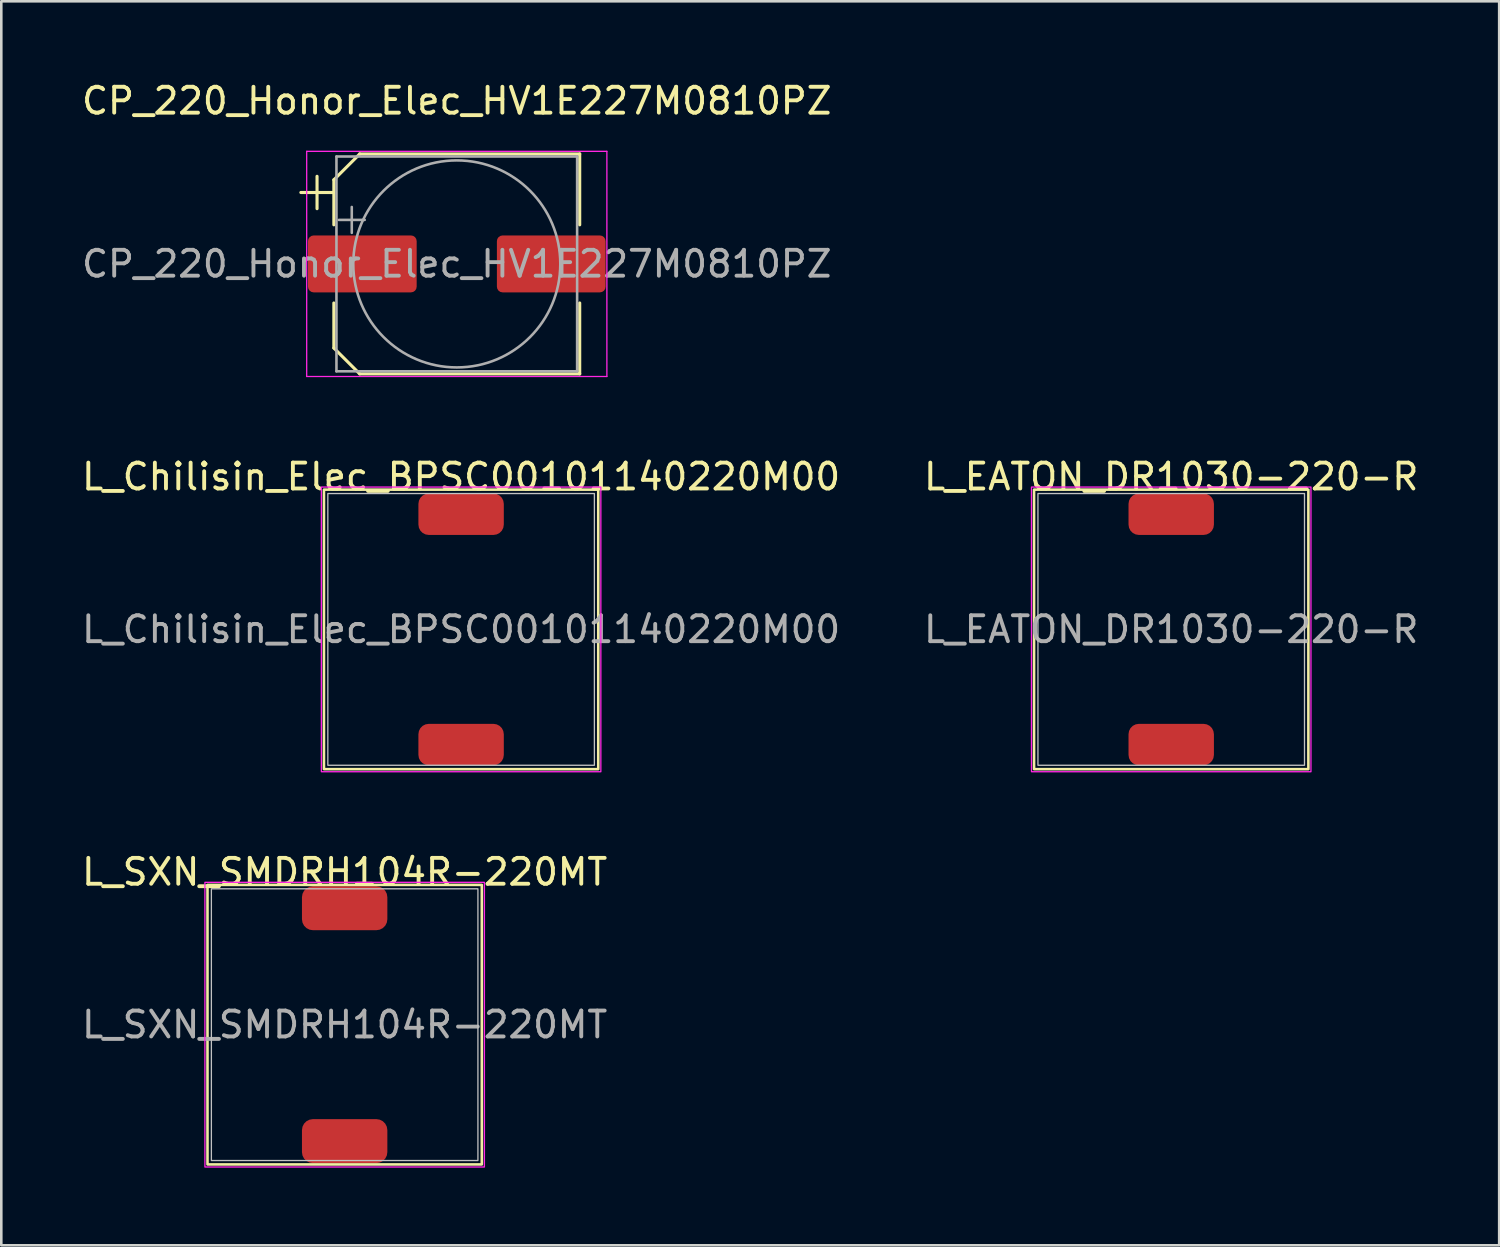
<source format=kicad_pcb>
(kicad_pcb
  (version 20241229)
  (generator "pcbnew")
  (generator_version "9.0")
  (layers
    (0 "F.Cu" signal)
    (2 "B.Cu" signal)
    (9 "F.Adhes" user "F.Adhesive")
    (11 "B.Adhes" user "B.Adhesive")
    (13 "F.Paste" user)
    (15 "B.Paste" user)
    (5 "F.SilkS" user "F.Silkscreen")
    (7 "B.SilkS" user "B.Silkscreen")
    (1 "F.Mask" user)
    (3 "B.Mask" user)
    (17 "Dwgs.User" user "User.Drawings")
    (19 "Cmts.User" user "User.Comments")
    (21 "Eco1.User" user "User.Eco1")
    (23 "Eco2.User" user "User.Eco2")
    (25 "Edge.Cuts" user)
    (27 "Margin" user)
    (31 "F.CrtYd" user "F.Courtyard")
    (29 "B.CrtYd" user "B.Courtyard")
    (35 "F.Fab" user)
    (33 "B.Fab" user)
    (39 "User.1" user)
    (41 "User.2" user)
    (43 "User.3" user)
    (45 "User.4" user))
  (footprint "L_SXN_SMDRH104R-220MT"
    (layer "F.Cu")
    (at 10.268 36.545)
    (property "Reference" "L_SXN_SMDRH104R-220MT" (at 0 -5.9 0) (layer "F.SilkS") (effects (font (size 1 1) (thickness 0.15))))
    (attr smd)
    (fp_rect (start -5.3 -5.4) (end 5.3 5.4) (stroke (width 0.1) (type default)) (fill no) (layer "F.SilkS"))
    (fp_rect (start -5.15 -5.25) (end 5.15 5.25) (stroke (width 0.05) (type default)) (fill no) (layer "Dwgs.User"))
    (fp_rect (start -5.4 -5.5) (end 5.4 5.5) (stroke (width 0.05) (type default)) (fill no) (layer "F.CrtYd"))
    (fp_text user "${REFERENCE}" (at 0 0 0) (layer "F.Fab") (effects (font (size 1 1) (thickness 0.15))))
    (pad "1" smd roundrect (at 0 -4.5) (size 3.3 1.7) (layers "F.Cu" "F.Mask" "F.Paste") (roundrect_rratio 0.25))
    (pad "2" smd roundrect (at 0 4.5) (size 3.3 1.7) (layers "F.Cu" "F.Mask" "F.Paste") (roundrect_rratio 0.25)))
  (footprint "L_Chilisin_Elec_BPSC00101140220M00"
    (layer "F.Cu")
    (at 14.768 21.271)
    (property "Reference" "L_Chilisin_Elec_BPSC00101140220M00" (at 0 -5.9 0) (layer "F.SilkS") (effects (font (size 1 1) (thickness 0.15))))
    (attr smd)
    (fp_rect (start -5.3 -5.4) (end 5.3 5.4) (stroke (width 0.1) (type default)) (fill no) (layer "F.SilkS"))
    (fp_rect (start -5.15 -5.25) (end 5.15 5.25) (stroke (width 0.05) (type default)) (fill no) (layer "Dwgs.User"))
    (fp_rect (start -5.4 -5.5) (end 5.4 5.5) (stroke (width 0.05) (type default)) (fill no) (layer "F.CrtYd"))
    (fp_text user "${REFERENCE}" (at 0 0 0) (layer "F.Fab") (effects (font (size 1 1) (thickness 0.15))))
    (pad "1" smd roundrect (at 0 -4.45) (size 3.3 1.6) (layers "F.Cu" "F.Mask" "F.Paste") (roundrect_rratio 0.25))
    (pad "2" smd roundrect (at 0 4.45) (size 3.3 1.6) (layers "F.Cu" "F.Mask" "F.Paste") (roundrect_rratio 0.25)))
  (footprint "L_EATON_DR1030-220-R"
    (layer "F.Cu")
    (at 42.208 21.271)
    (property "Reference" "L_EATON_DR1030-220-R" (at 0 -5.9 0) (layer "F.SilkS") (effects (font (size 1 1) (thickness 0.15))))
    (attr smd)
    (fp_rect (start -5.3 -5.4) (end 5.3 5.4) (stroke (width 0.1) (type default)) (fill no) (layer "F.SilkS"))
    (fp_rect (start -5.15 -5.25) (end 5.15 5.25) (stroke (width 0.05) (type default)) (fill no) (layer "Dwgs.User"))
    (fp_rect (start -5.4 -5.5) (end 5.4 5.5) (stroke (width 0.05) (type default)) (fill no) (layer "F.CrtYd"))
    (fp_text user "${REFERENCE}" (at 0 0 0) (layer "F.Fab") (effects (font (size 1 1) (thickness 0.15))))
    (pad "1" smd roundrect (at 0 -4.45) (size 3.3 1.6) (layers "F.Cu" "F.Mask" "F.Paste") (roundrect_rratio 0.25))
    (pad "2" smd roundrect (at 0 4.45) (size 3.3 1.6) (layers "F.Cu" "F.Mask" "F.Paste") (roundrect_rratio 0.25)))
  (footprint "CP_220_Honor_Elec_HV1E227M0810PZ"
    (layer "F.Cu")
    (at 14.601 7.148)
    (property "Reference" "CP_220_Honor_Elec_HV1E227M0810PZ" (at 0 -6.3 0) (layer "F.SilkS") (effects (font (size 1 1) (thickness 0.15))))
    (attr smd)
    (fp_line (start -6.025 -2.76) (end -4.775 -2.76) (stroke (width 0.12) (type solid)) (layer "F.SilkS"))
    (fp_line (start -5.4 -3.385) (end -5.4 -2.135) (stroke (width 0.12) (type solid)) (layer "F.SilkS"))
    (fp_line (start -4.75 -3.25) (end -4.75 -1.51) (stroke (width 0.12) (type solid)) (layer "F.SilkS"))
    (fp_line (start -4.75 -3.25) (end -3.75 -4.25) (stroke (width 0.12) (type solid)) (layer "F.SilkS"))
    (fp_line (start -4.75 3.25) (end -4.75 1.51) (stroke (width 0.12) (type solid)) (layer "F.SilkS"))
    (fp_line (start -4.75 3.25) (end -3.75 4.25) (stroke (width 0.12) (type solid)) (layer "F.SilkS"))
    (fp_line (start -3.75 -4.25) (end 4.75 -4.25) (stroke (width 0.12) (type solid)) (layer "F.SilkS"))
    (fp_line (start -3.75 4.25) (end 4.75 4.25) (stroke (width 0.12) (type solid)) (layer "F.SilkS"))
    (fp_line (start 4.75 -4.25) (end 4.75 -1.51) (stroke (width 0.12) (type solid)) (layer "F.SilkS"))
    (fp_line (start 4.75 4.25) (end 4.75 1.51) (stroke (width 0.12) (type solid)) (layer "F.SilkS"))
    (fp_line (start -5.8 -4.35) (end -5.8 4.35) (stroke (width 0.05) (type solid)) (layer "F.CrtYd"))
    (fp_line (start -5.8 -4.35) (end 5.8 -4.35) (stroke (width 0.05) (type solid)) (layer "F.CrtYd"))
    (fp_line (start -5.8 4.35) (end 5.8 4.35) (stroke (width 0.05) (type solid)) (layer "F.CrtYd"))
    (fp_line (start 5.8 -4.35) (end 5.8 4.35) (stroke (width 0.05) (type solid)) (layer "F.CrtYd"))
    (fp_line (start -4.65 -4.15) (end -4.65 4.15) (stroke (width 0.1) (type solid)) (layer "F.Fab"))
    (fp_line (start -4.65 -4.15) (end 4.65 -4.15) (stroke (width 0.1) (type solid)) (layer "F.Fab"))
    (fp_line (start -4.65 4.15) (end 4.65 4.15) (stroke (width 0.1) (type solid)) (layer "F.Fab"))
    (fp_line (start -4.558 -1.7) (end -3.558 -1.7) (stroke (width 0.1) (type solid)) (layer "F.Fab"))
    (fp_line (start -4.058 -2.2) (end -4.058 -1.2) (stroke (width 0.1) (type solid)) (layer "F.Fab"))
    (fp_line (start 4.65 -4.15) (end 4.65 4.15) (stroke (width 0.1) (type solid)) (layer "F.Fab"))
    (fp_circle (center 0 0) (end 4 0) (stroke (width 0.1) (type solid)) (fill no) (layer "F.Fab"))
    (fp_text user "${REFERENCE}" (at 0 0 0) (layer "F.Fab") (effects (font (size 1 1) (thickness 0.15))))
    (pad "1" smd roundrect (at -3.65 0) (size 4.2 2.2) (layers "F.Cu" "F.Mask" "F.Paste") (roundrect_rratio 0.1))
    (pad "2" smd roundrect (at 3.65 0) (size 4.2 2.2) (layers "F.Cu" "F.Mask" "F.Paste") (roundrect_rratio 0.1)))
  (gr_rect
    (start -3 -3)
    (end 54.881 45.07)
    (stroke (width 0.1) (type default))
    (fill no)
    (layer "Edge.Cuts")))
</source>
